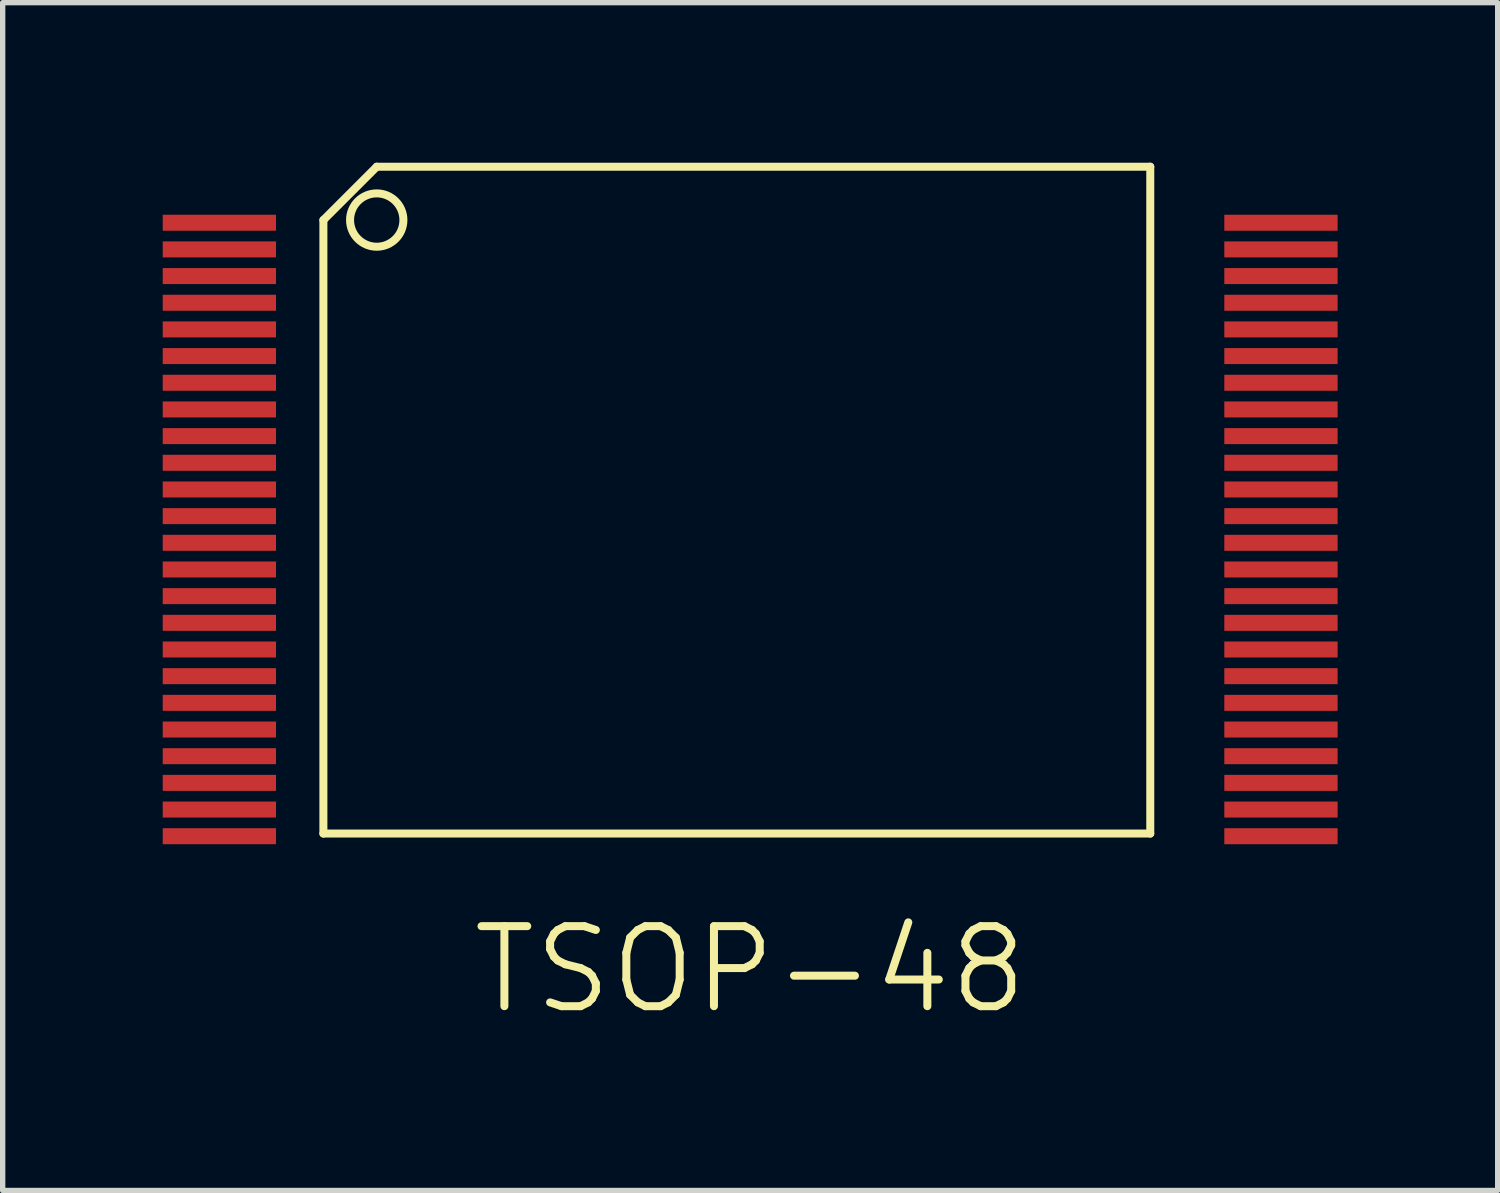
<source format=kicad_pcb>
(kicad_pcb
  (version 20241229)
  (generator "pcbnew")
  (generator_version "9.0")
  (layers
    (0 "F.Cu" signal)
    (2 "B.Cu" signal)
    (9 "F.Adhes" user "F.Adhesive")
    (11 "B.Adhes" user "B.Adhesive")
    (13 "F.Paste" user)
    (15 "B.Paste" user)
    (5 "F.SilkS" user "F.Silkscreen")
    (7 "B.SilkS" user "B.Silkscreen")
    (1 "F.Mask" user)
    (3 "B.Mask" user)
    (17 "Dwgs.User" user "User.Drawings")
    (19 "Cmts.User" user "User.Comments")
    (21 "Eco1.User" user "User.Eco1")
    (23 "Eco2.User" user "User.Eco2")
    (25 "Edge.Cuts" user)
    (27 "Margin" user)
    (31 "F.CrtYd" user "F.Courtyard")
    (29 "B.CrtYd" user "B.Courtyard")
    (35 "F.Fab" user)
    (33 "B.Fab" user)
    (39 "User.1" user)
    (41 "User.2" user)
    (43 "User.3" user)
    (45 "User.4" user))
  (footprint "TSOP-48"
    (layer "F.Cu")
    (at 11.012 7.575)
    (property "Reference" "TSOP-48" (at 0 7.55 0) (layer "F.SilkS") (effects (font (size 1.5 1.5) (thickness 0.15))))
    (attr through_hole)
    (fp_line (start -8 -6.5) (end -8 5) (stroke (width 0.15) (type solid)) (layer "F.SilkS"))
    (fp_line (start -8 -6.5) (end -7 -7.5) (stroke (width 0.15) (type solid)) (layer "F.SilkS"))
    (fp_line (start -8 5) (end 7.5 5) (stroke (width 0.15) (type solid)) (layer "F.SilkS"))
    (fp_line (start -7 -7.5) (end 7.5 -7.5) (stroke (width 0.15) (type solid)) (layer "F.SilkS"))
    (fp_line (start 7.5 -7.5) (end 7.5 5) (stroke (width 0.15) (type solid)) (layer "F.SilkS"))
    (fp_circle (center -7 -6.5) (end -6.5 -6.5) (stroke (width 0.15) (type solid)) (fill no) (layer "F.SilkS"))
    (pad "1" smd rect (at -9.95 -6.45) (size 2.124 0.3) (layers "F.Cu" "F.Mask" "F.Paste"))
    (pad "2" smd rect (at -9.95 -5.95) (size 2.124 0.3) (layers "F.Cu" "F.Mask" "F.Paste"))
    (pad "3" smd rect (at -9.95 -5.45) (size 2.124 0.3) (layers "F.Cu" "F.Mask" "F.Paste"))
    (pad "4" smd rect (at -9.95 -4.95) (size 2.124 0.3) (layers "F.Cu" "F.Mask" "F.Paste"))
    (pad "5" smd rect (at -9.95 -4.45) (size 2.124 0.3) (layers "F.Cu" "F.Mask" "F.Paste"))
    (pad "6" smd rect (at -9.95 -3.95) (size 2.124 0.3) (layers "F.Cu" "F.Mask" "F.Paste"))
    (pad "7" smd rect (at -9.95 -3.45) (size 2.124 0.3) (layers "F.Cu" "F.Mask" "F.Paste"))
    (pad "8" smd rect (at -9.95 -2.95) (size 2.124 0.3) (layers "F.Cu" "F.Mask" "F.Paste"))
    (pad "9" smd rect (at -9.95 -2.45) (size 2.124 0.3) (layers "F.Cu" "F.Mask" "F.Paste"))
    (pad "10" smd rect (at -9.95 -1.95) (size 2.124 0.3) (layers "F.Cu" "F.Mask" "F.Paste"))
    (pad "11" smd rect (at -9.95 -1.45) (size 2.124 0.3) (layers "F.Cu" "F.Mask" "F.Paste"))
    (pad "12" smd rect (at -9.95 -0.95) (size 2.124 0.3) (layers "F.Cu" "F.Mask" "F.Paste"))
    (pad "13" smd rect (at -9.95 -0.45) (size 2.124 0.3) (layers "F.Cu" "F.Mask" "F.Paste"))
    (pad "14" smd rect (at -9.95 0.05) (size 2.124 0.3) (layers "F.Cu" "F.Mask" "F.Paste"))
    (pad "15" smd rect (at -9.95 0.55) (size 2.124 0.3) (layers "F.Cu" "F.Mask" "F.Paste"))
    (pad "16" smd rect (at -9.95 1.05) (size 2.124 0.3) (layers "F.Cu" "F.Mask" "F.Paste"))
    (pad "17" smd rect (at -9.95 1.55) (size 2.124 0.3) (layers "F.Cu" "F.Mask" "F.Paste"))
    (pad "18" smd rect (at -9.95 2.05) (size 2.124 0.3) (layers "F.Cu" "F.Mask" "F.Paste"))
    (pad "19" smd rect (at -9.95 2.55) (size 2.124 0.3) (layers "F.Cu" "F.Mask" "F.Paste"))
    (pad "20" smd rect (at -9.95 3.05) (size 2.124 0.3) (layers "F.Cu" "F.Mask" "F.Paste"))
    (pad "21" smd rect (at -9.95 3.55) (size 2.124 0.3) (layers "F.Cu" "F.Mask" "F.Paste"))
    (pad "22" smd rect (at -9.95 4.05) (size 2.124 0.3) (layers "F.Cu" "F.Mask" "F.Paste"))
    (pad "23" smd rect (at -9.95 4.55) (size 2.124 0.3) (layers "F.Cu" "F.Mask" "F.Paste"))
    (pad "24" smd rect (at -9.95 5.05) (size 2.124 0.3) (layers "F.Cu" "F.Mask" "F.Paste"))
    (pad "25" smd rect (at 9.95 5.05) (size 2.124 0.3) (layers "F.Cu" "F.Mask" "F.Paste"))
    (pad "26" smd rect (at 9.95 4.55) (size 2.124 0.3) (layers "F.Cu" "F.Mask" "F.Paste"))
    (pad "27" smd rect (at 9.95 4.05) (size 2.124 0.3) (layers "F.Cu" "F.Mask" "F.Paste"))
    (pad "28" smd rect (at 9.95 3.55) (size 2.124 0.3) (layers "F.Cu" "F.Mask" "F.Paste"))
    (pad "29" smd rect (at 9.95 3.05) (size 2.124 0.3) (layers "F.Cu" "F.Mask" "F.Paste"))
    (pad "30" smd rect (at 9.95 2.55) (size 2.124 0.3) (layers "F.Cu" "F.Mask" "F.Paste"))
    (pad "31" smd rect (at 9.95 2.05) (size 2.124 0.3) (layers "F.Cu" "F.Mask" "F.Paste"))
    (pad "32" smd rect (at 9.95 1.55) (size 2.124 0.3) (layers "F.Cu" "F.Mask" "F.Paste"))
    (pad "33" smd rect (at 9.95 1.05) (size 2.124 0.3) (layers "F.Cu" "F.Mask" "F.Paste"))
    (pad "34" smd rect (at 9.95 0.55) (size 2.124 0.3) (layers "F.Cu" "F.Mask" "F.Paste"))
    (pad "35" smd rect (at 9.95 0.05) (size 2.124 0.3) (layers "F.Cu" "F.Mask" "F.Paste"))
    (pad "36" smd rect (at 9.95 -0.45) (size 2.124 0.3) (layers "F.Cu" "F.Mask" "F.Paste"))
    (pad "37" smd rect (at 9.95 -0.95) (size 2.124 0.3) (layers "F.Cu" "F.Mask" "F.Paste"))
    (pad "38" smd rect (at 9.95 -1.45) (size 2.124 0.3) (layers "F.Cu" "F.Mask" "F.Paste"))
    (pad "39" smd rect (at 9.95 -1.95) (size 2.124 0.3) (layers "F.Cu" "F.Mask" "F.Paste"))
    (pad "40" smd rect (at 9.95 -2.45) (size 2.124 0.3) (layers "F.Cu" "F.Mask" "F.Paste"))
    (pad "41" smd rect (at 9.95 -2.95) (size 2.124 0.3) (layers "F.Cu" "F.Mask" "F.Paste"))
    (pad "42" smd rect (at 9.95 -3.45) (size 2.124 0.3) (layers "F.Cu" "F.Mask" "F.Paste"))
    (pad "43" smd rect (at 9.95 -3.95) (size 2.124 0.3) (layers "F.Cu" "F.Mask" "F.Paste"))
    (pad "44" smd rect (at 9.95 -4.45) (size 2.124 0.3) (layers "F.Cu" "F.Mask" "F.Paste"))
    (pad "45" smd rect (at 9.95 -4.95) (size 2.124 0.3) (layers "F.Cu" "F.Mask" "F.Paste"))
    (pad "46" smd rect (at 9.95 -5.45) (size 2.124 0.3) (layers "F.Cu" "F.Mask" "F.Paste"))
    (pad "47" smd rect (at 9.95 -5.95) (size 2.124 0.3) (layers "F.Cu" "F.Mask" "F.Paste"))
    (pad "48" smd rect (at 9.95 -6.45) (size 2.124 0.3) (layers "F.Cu" "F.Mask" "F.Paste")))
  (gr_rect
    (start -3 -3)
    (end 25.024 19.266)
    (stroke (width 0.1) (type default))
    (fill no)
    (layer "Edge.Cuts")))
</source>
